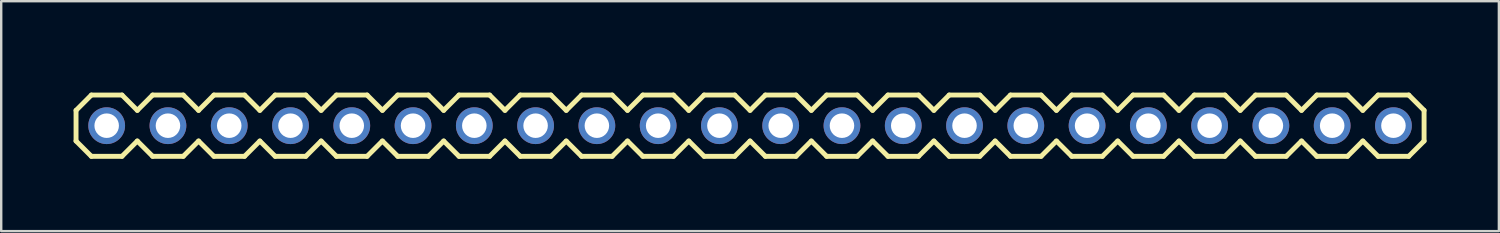
<source format=kicad_pcb>
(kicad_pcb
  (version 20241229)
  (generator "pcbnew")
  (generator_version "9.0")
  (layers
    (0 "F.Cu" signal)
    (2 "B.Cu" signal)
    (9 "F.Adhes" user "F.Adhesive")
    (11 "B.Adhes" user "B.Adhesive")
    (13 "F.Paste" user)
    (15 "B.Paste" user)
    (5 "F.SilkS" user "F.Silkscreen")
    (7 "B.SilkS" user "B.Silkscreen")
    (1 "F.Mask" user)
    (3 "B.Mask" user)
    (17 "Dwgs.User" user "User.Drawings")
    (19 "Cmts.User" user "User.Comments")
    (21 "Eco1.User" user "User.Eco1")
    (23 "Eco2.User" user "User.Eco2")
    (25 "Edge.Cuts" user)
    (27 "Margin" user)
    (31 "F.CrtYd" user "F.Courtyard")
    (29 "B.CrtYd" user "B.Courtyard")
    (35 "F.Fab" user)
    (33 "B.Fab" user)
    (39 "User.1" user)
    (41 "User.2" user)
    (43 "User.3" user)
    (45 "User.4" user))
  (footprint "1X22"
    (layer "F.Cu")
    (at 1.372 2.16)
    (property "Reference" "1X22" (at 1.194 -1.194 0) (layer "Eco1.User") (effects (font (size 1.27 1.27) (thickness 0.127))))
    (attr through_hole)
    (fp_line (start -1.27 -0.635) (end -1.27 0.635) (stroke (width 0.203) (type solid)) (layer "F.SilkS"))
    (fp_line (start -1.27 0.635) (end -0.635 1.27) (stroke (width 0.203) (type solid)) (layer "F.SilkS"))
    (fp_line (start -0.635 -1.27) (end -1.27 -0.635) (stroke (width 0.203) (type solid)) (layer "F.SilkS"))
    (fp_line (start -0.635 -1.27) (end 0.635 -1.27) (stroke (width 0.203) (type solid)) (layer "F.SilkS"))
    (fp_line (start 0.635 -1.27) (end 1.27 -0.635) (stroke (width 0.203) (type solid)) (layer "F.SilkS"))
    (fp_line (start 0.635 1.27) (end -0.635 1.27) (stroke (width 0.203) (type solid)) (layer "F.SilkS"))
    (fp_line (start 1.27 -0.635) (end 1.905 -1.27) (stroke (width 0.203) (type solid)) (layer "F.SilkS"))
    (fp_line (start 1.27 0.635) (end 0.635 1.27) (stroke (width 0.203) (type solid)) (layer "F.SilkS"))
    (fp_line (start 1.905 -1.27) (end 3.175 -1.27) (stroke (width 0.203) (type solid)) (layer "F.SilkS"))
    (fp_line (start 1.905 1.27) (end 1.27 0.635) (stroke (width 0.203) (type solid)) (layer "F.SilkS"))
    (fp_line (start 3.175 -1.27) (end 3.81 -0.635) (stroke (width 0.203) (type solid)) (layer "F.SilkS"))
    (fp_line (start 3.175 1.27) (end 1.905 1.27) (stroke (width 0.203) (type solid)) (layer "F.SilkS"))
    (fp_line (start 3.81 -0.635) (end 4.445 -1.27) (stroke (width 0.203) (type solid)) (layer "F.SilkS"))
    (fp_line (start 3.81 0.635) (end 3.175 1.27) (stroke (width 0.203) (type solid)) (layer "F.SilkS"))
    (fp_line (start 4.445 -1.27) (end 5.715 -1.27) (stroke (width 0.203) (type solid)) (layer "F.SilkS"))
    (fp_line (start 4.445 1.27) (end 3.81 0.635) (stroke (width 0.203) (type solid)) (layer "F.SilkS"))
    (fp_line (start 5.715 -1.27) (end 6.35 -0.635) (stroke (width 0.203) (type solid)) (layer "F.SilkS"))
    (fp_line (start 5.715 1.27) (end 4.445 1.27) (stroke (width 0.203) (type solid)) (layer "F.SilkS"))
    (fp_line (start 6.35 0.635) (end 5.715 1.27) (stroke (width 0.203) (type solid)) (layer "F.SilkS"))
    (fp_line (start 6.35 0.635) (end 6.985 1.27) (stroke (width 0.203) (type solid)) (layer "F.SilkS"))
    (fp_line (start 6.985 -1.27) (end 6.35 -0.635) (stroke (width 0.203) (type solid)) (layer "F.SilkS"))
    (fp_line (start 6.985 -1.27) (end 8.255 -1.27) (stroke (width 0.203) (type solid)) (layer "F.SilkS"))
    (fp_line (start 8.255 -1.27) (end 8.89 -0.635) (stroke (width 0.203) (type solid)) (layer "F.SilkS"))
    (fp_line (start 8.255 1.27) (end 6.985 1.27) (stroke (width 0.203) (type solid)) (layer "F.SilkS"))
    (fp_line (start 8.89 -0.635) (end 9.525 -1.27) (stroke (width 0.203) (type solid)) (layer "F.SilkS"))
    (fp_line (start 8.89 0.635) (end 8.255 1.27) (stroke (width 0.203) (type solid)) (layer "F.SilkS"))
    (fp_line (start 9.525 -1.27) (end 10.795 -1.27) (stroke (width 0.203) (type solid)) (layer "F.SilkS"))
    (fp_line (start 9.525 1.27) (end 8.89 0.635) (stroke (width 0.203) (type solid)) (layer "F.SilkS"))
    (fp_line (start 10.795 -1.27) (end 11.43 -0.635) (stroke (width 0.203) (type solid)) (layer "F.SilkS"))
    (fp_line (start 10.795 1.27) (end 9.525 1.27) (stroke (width 0.203) (type solid)) (layer "F.SilkS"))
    (fp_line (start 11.43 -0.635) (end 12.065 -1.27) (stroke (width 0.203) (type solid)) (layer "F.SilkS"))
    (fp_line (start 11.43 0.635) (end 10.795 1.27) (stroke (width 0.203) (type solid)) (layer "F.SilkS"))
    (fp_line (start 12.065 -1.27) (end 13.335 -1.27) (stroke (width 0.203) (type solid)) (layer "F.SilkS"))
    (fp_line (start 12.065 1.27) (end 11.43 0.635) (stroke (width 0.203) (type solid)) (layer "F.SilkS"))
    (fp_line (start 13.335 -1.27) (end 13.97 -0.635) (stroke (width 0.203) (type solid)) (layer "F.SilkS"))
    (fp_line (start 13.335 1.27) (end 12.065 1.27) (stroke (width 0.203) (type solid)) (layer "F.SilkS"))
    (fp_line (start 13.97 0.635) (end 13.335 1.27) (stroke (width 0.203) (type solid)) (layer "F.SilkS"))
    (fp_line (start 13.97 0.635) (end 14.605 1.27) (stroke (width 0.203) (type solid)) (layer "F.SilkS"))
    (fp_line (start 14.605 -1.27) (end 13.97 -0.635) (stroke (width 0.203) (type solid)) (layer "F.SilkS"))
    (fp_line (start 14.605 -1.27) (end 15.875 -1.27) (stroke (width 0.203) (type solid)) (layer "F.SilkS"))
    (fp_line (start 15.875 -1.27) (end 16.51 -0.635) (stroke (width 0.203) (type solid)) (layer "F.SilkS"))
    (fp_line (start 15.875 1.27) (end 14.605 1.27) (stroke (width 0.203) (type solid)) (layer "F.SilkS"))
    (fp_line (start 16.51 0.635) (end 15.875 1.27) (stroke (width 0.203) (type solid)) (layer "F.SilkS"))
    (fp_line (start 16.51 0.635) (end 17.145 1.27) (stroke (width 0.203) (type solid)) (layer "F.SilkS"))
    (fp_line (start 17.145 -1.27) (end 16.51 -0.635) (stroke (width 0.203) (type solid)) (layer "F.SilkS"))
    (fp_line (start 17.145 -1.27) (end 18.415 -1.27) (stroke (width 0.203) (type solid)) (layer "F.SilkS"))
    (fp_line (start 18.415 -1.27) (end 19.05 -0.635) (stroke (width 0.203) (type solid)) (layer "F.SilkS"))
    (fp_line (start 18.415 1.27) (end 17.145 1.27) (stroke (width 0.203) (type solid)) (layer "F.SilkS"))
    (fp_line (start 19.05 -0.635) (end 19.685 -1.27) (stroke (width 0.203) (type solid)) (layer "F.SilkS"))
    (fp_line (start 19.05 0.635) (end 18.415 1.27) (stroke (width 0.203) (type solid)) (layer "F.SilkS"))
    (fp_line (start 19.685 -1.27) (end 20.955 -1.27) (stroke (width 0.203) (type solid)) (layer "F.SilkS"))
    (fp_line (start 19.685 1.27) (end 19.05 0.635) (stroke (width 0.203) (type solid)) (layer "F.SilkS"))
    (fp_line (start 20.955 -1.27) (end 21.59 -0.635) (stroke (width 0.203) (type solid)) (layer "F.SilkS"))
    (fp_line (start 20.955 1.27) (end 19.685 1.27) (stroke (width 0.203) (type solid)) (layer "F.SilkS"))
    (fp_line (start 21.59 -0.635) (end 22.225 -1.27) (stroke (width 0.203) (type solid)) (layer "F.SilkS"))
    (fp_line (start 21.59 0.635) (end 20.955 1.27) (stroke (width 0.203) (type solid)) (layer "F.SilkS"))
    (fp_line (start 22.225 -1.27) (end 23.495 -1.27) (stroke (width 0.203) (type solid)) (layer "F.SilkS"))
    (fp_line (start 22.225 1.27) (end 21.59 0.635) (stroke (width 0.203) (type solid)) (layer "F.SilkS"))
    (fp_line (start 23.495 -1.27) (end 24.13 -0.635) (stroke (width 0.203) (type solid)) (layer "F.SilkS"))
    (fp_line (start 23.495 1.27) (end 22.225 1.27) (stroke (width 0.203) (type solid)) (layer "F.SilkS"))
    (fp_line (start 24.13 0.635) (end 23.495 1.27) (stroke (width 0.203) (type solid)) (layer "F.SilkS"))
    (fp_line (start 24.13 0.635) (end 24.765 1.27) (stroke (width 0.203) (type solid)) (layer "F.SilkS"))
    (fp_line (start 24.765 -1.27) (end 24.13 -0.635) (stroke (width 0.203) (type solid)) (layer "F.SilkS"))
    (fp_line (start 24.765 -1.27) (end 26.035 -1.27) (stroke (width 0.203) (type solid)) (layer "F.SilkS"))
    (fp_line (start 26.035 -1.27) (end 26.67 -0.635) (stroke (width 0.203) (type solid)) (layer "F.SilkS"))
    (fp_line (start 26.035 1.27) (end 24.765 1.27) (stroke (width 0.203) (type solid)) (layer "F.SilkS"))
    (fp_line (start 26.67 -0.635) (end 27.305 -1.27) (stroke (width 0.203) (type solid)) (layer "F.SilkS"))
    (fp_line (start 26.67 0.635) (end 26.035 1.27) (stroke (width 0.203) (type solid)) (layer "F.SilkS"))
    (fp_line (start 27.305 -1.27) (end 28.575 -1.27) (stroke (width 0.203) (type solid)) (layer "F.SilkS"))
    (fp_line (start 27.305 1.27) (end 26.67 0.635) (stroke (width 0.203) (type solid)) (layer "F.SilkS"))
    (fp_line (start 28.575 -1.27) (end 29.21 -0.635) (stroke (width 0.203) (type solid)) (layer "F.SilkS"))
    (fp_line (start 28.575 1.27) (end 27.305 1.27) (stroke (width 0.203) (type solid)) (layer "F.SilkS"))
    (fp_line (start 29.21 -0.635) (end 29.845 -1.27) (stroke (width 0.203) (type solid)) (layer "F.SilkS"))
    (fp_line (start 29.21 0.635) (end 28.575 1.27) (stroke (width 0.203) (type solid)) (layer "F.SilkS"))
    (fp_line (start 29.845 -1.27) (end 31.115 -1.27) (stroke (width 0.203) (type solid)) (layer "F.SilkS"))
    (fp_line (start 29.845 1.27) (end 29.21 0.635) (stroke (width 0.203) (type solid)) (layer "F.SilkS"))
    (fp_line (start 31.115 -1.27) (end 31.75 -0.635) (stroke (width 0.203) (type solid)) (layer "F.SilkS"))
    (fp_line (start 31.115 1.27) (end 29.845 1.27) (stroke (width 0.203) (type solid)) (layer "F.SilkS"))
    (fp_line (start 31.75 0.635) (end 31.115 1.27) (stroke (width 0.203) (type solid)) (layer "F.SilkS"))
    (fp_line (start 31.75 0.635) (end 32.385 1.27) (stroke (width 0.203) (type solid)) (layer "F.SilkS"))
    (fp_line (start 32.385 -1.27) (end 31.75 -0.635) (stroke (width 0.203) (type solid)) (layer "F.SilkS"))
    (fp_line (start 32.385 -1.27) (end 33.655 -1.27) (stroke (width 0.203) (type solid)) (layer "F.SilkS"))
    (fp_line (start 33.655 -1.27) (end 34.29 -0.635) (stroke (width 0.203) (type solid)) (layer "F.SilkS"))
    (fp_line (start 33.655 1.27) (end 32.385 1.27) (stroke (width 0.203) (type solid)) (layer "F.SilkS"))
    (fp_line (start 34.29 0.635) (end 33.655 1.27) (stroke (width 0.203) (type solid)) (layer "F.SilkS"))
    (fp_line (start 34.29 0.635) (end 34.925 1.27) (stroke (width 0.203) (type solid)) (layer "F.SilkS"))
    (fp_line (start 34.925 -1.27) (end 34.29 -0.635) (stroke (width 0.203) (type solid)) (layer "F.SilkS"))
    (fp_line (start 34.925 -1.27) (end 36.195 -1.27) (stroke (width 0.203) (type solid)) (layer "F.SilkS"))
    (fp_line (start 36.195 -1.27) (end 36.83 -0.635) (stroke (width 0.203) (type solid)) (layer "F.SilkS"))
    (fp_line (start 36.195 1.27) (end 34.925 1.27) (stroke (width 0.203) (type solid)) (layer "F.SilkS"))
    (fp_line (start 36.83 0.635) (end 36.195 1.27) (stroke (width 0.203) (type solid)) (layer "F.SilkS"))
    (fp_line (start 36.83 0.635) (end 37.465 1.27) (stroke (width 0.203) (type solid)) (layer "F.SilkS"))
    (fp_line (start 37.465 -1.27) (end 36.83 -0.635) (stroke (width 0.203) (type solid)) (layer "F.SilkS"))
    (fp_line (start 37.465 -1.27) (end 38.735 -1.27) (stroke (width 0.203) (type solid)) (layer "F.SilkS"))
    (fp_line (start 38.735 -1.27) (end 39.37 -0.635) (stroke (width 0.203) (type solid)) (layer "F.SilkS"))
    (fp_line (start 38.735 1.27) (end 37.465 1.27) (stroke (width 0.203) (type solid)) (layer "F.SilkS"))
    (fp_line (start 39.37 0.635) (end 38.735 1.27) (stroke (width 0.203) (type solid)) (layer "F.SilkS"))
    (fp_line (start 39.37 0.635) (end 40.005 1.27) (stroke (width 0.203) (type solid)) (layer "F.SilkS"))
    (fp_line (start 40.005 -1.27) (end 39.37 -0.635) (stroke (width 0.203) (type solid)) (layer "F.SilkS"))
    (fp_line (start 40.005 -1.27) (end 41.275 -1.27) (stroke (width 0.203) (type solid)) (layer "F.SilkS"))
    (fp_line (start 41.275 -1.27) (end 41.91 -0.635) (stroke (width 0.203) (type solid)) (layer "F.SilkS"))
    (fp_line (start 41.275 1.27) (end 40.005 1.27) (stroke (width 0.203) (type solid)) (layer "F.SilkS"))
    (fp_line (start 41.91 0.635) (end 41.275 1.27) (stroke (width 0.203) (type solid)) (layer "F.SilkS"))
    (fp_line (start 41.91 0.635) (end 42.545 1.27) (stroke (width 0.203) (type solid)) (layer "F.SilkS"))
    (fp_line (start 42.545 -1.27) (end 41.91 -0.635) (stroke (width 0.203) (type solid)) (layer "F.SilkS"))
    (fp_line (start 42.545 -1.27) (end 43.815 -1.27) (stroke (width 0.203) (type solid)) (layer "F.SilkS"))
    (fp_line (start 43.815 -1.27) (end 44.45 -0.635) (stroke (width 0.203) (type solid)) (layer "F.SilkS"))
    (fp_line (start 43.815 1.27) (end 42.545 1.27) (stroke (width 0.203) (type solid)) (layer "F.SilkS"))
    (fp_line (start 44.45 0.635) (end 43.815 1.27) (stroke (width 0.203) (type solid)) (layer "F.SilkS"))
    (fp_line (start 44.45 0.635) (end 45.085 1.27) (stroke (width 0.203) (type solid)) (layer "F.SilkS"))
    (fp_line (start 45.085 -1.27) (end 44.45 -0.635) (stroke (width 0.203) (type solid)) (layer "F.SilkS"))
    (fp_line (start 45.085 -1.27) (end 46.355 -1.27) (stroke (width 0.203) (type solid)) (layer "F.SilkS"))
    (fp_line (start 46.355 -1.27) (end 46.99 -0.635) (stroke (width 0.203) (type solid)) (layer "F.SilkS"))
    (fp_line (start 46.355 1.27) (end 45.085 1.27) (stroke (width 0.203) (type solid)) (layer "F.SilkS"))
    (fp_line (start 46.99 0.635) (end 46.355 1.27) (stroke (width 0.203) (type solid)) (layer "F.SilkS"))
    (fp_line (start 46.99 0.635) (end 47.625 1.27) (stroke (width 0.203) (type solid)) (layer "F.SilkS"))
    (fp_line (start 47.625 -1.27) (end 46.99 -0.635) (stroke (width 0.203) (type solid)) (layer "F.SilkS"))
    (fp_line (start 47.625 -1.27) (end 48.895 -1.27) (stroke (width 0.203) (type solid)) (layer "F.SilkS"))
    (fp_line (start 48.895 -1.27) (end 49.53 -0.635) (stroke (width 0.203) (type solid)) (layer "F.SilkS"))
    (fp_line (start 48.895 1.27) (end 47.625 1.27) (stroke (width 0.203) (type solid)) (layer "F.SilkS"))
    (fp_line (start 49.53 0.635) (end 48.895 1.27) (stroke (width 0.203) (type solid)) (layer "F.SilkS"))
    (fp_line (start 49.53 0.635) (end 50.165 1.27) (stroke (width 0.203) (type solid)) (layer "F.SilkS"))
    (fp_line (start 50.165 -1.27) (end 49.53 -0.635) (stroke (width 0.203) (type solid)) (layer "F.SilkS"))
    (fp_line (start 50.165 -1.27) (end 51.435 -1.27) (stroke (width 0.203) (type solid)) (layer "F.SilkS"))
    (fp_line (start 51.435 -1.27) (end 52.07 -0.635) (stroke (width 0.203) (type solid)) (layer "F.SilkS"))
    (fp_line (start 51.435 1.27) (end 50.165 1.27) (stroke (width 0.203) (type solid)) (layer "F.SilkS"))
    (fp_line (start 52.07 0.635) (end 51.435 1.27) (stroke (width 0.203) (type solid)) (layer "F.SilkS"))
    (fp_line (start 52.07 0.635) (end 52.705 1.27) (stroke (width 0.203) (type solid)) (layer "F.SilkS"))
    (fp_line (start 52.705 -1.27) (end 52.07 -0.635) (stroke (width 0.203) (type solid)) (layer "F.SilkS"))
    (fp_line (start 52.705 -1.27) (end 53.975 -1.27) (stroke (width 0.203) (type solid)) (layer "F.SilkS"))
    (fp_line (start 53.975 -1.27) (end 54.61 -0.635) (stroke (width 0.203) (type solid)) (layer "F.SilkS"))
    (fp_line (start 53.975 1.27) (end 52.705 1.27) (stroke (width 0.203) (type solid)) (layer "F.SilkS"))
    (fp_line (start 54.61 -0.635) (end 54.61 0.635) (stroke (width 0.203) (type solid)) (layer "F.SilkS"))
    (fp_line (start 54.61 0.635) (end 53.975 1.27) (stroke (width 0.203) (type solid)) (layer "F.SilkS"))
    (pad "1" thru_hole oval (at 0 0 90) (size 1.524 1.524) (drill 1.016) (layers "*.Cu" "*.Mask"))
    (pad "2" thru_hole oval (at 2.54 0 90) (size 1.524 1.524) (drill 1.016) (layers "*.Cu" "*.Mask"))
    (pad "3" thru_hole oval (at 5.08 0 90) (size 1.524 1.524) (drill 1.016) (layers "*.Cu" "*.Mask"))
    (pad "4" thru_hole oval (at 7.62 0 90) (size 1.524 1.524) (drill 1.016) (layers "*.Cu" "*.Mask"))
    (pad "5" thru_hole oval (at 10.16 0 90) (size 1.524 1.524) (drill 1.016) (layers "*.Cu" "*.Mask"))
    (pad "6" thru_hole oval (at 12.7 0 90) (size 1.524 1.524) (drill 1.016) (layers "*.Cu" "*.Mask"))
    (pad "7" thru_hole oval (at 15.24 0 90) (size 1.524 1.524) (drill 1.016) (layers "*.Cu" "*.Mask"))
    (pad "8" thru_hole oval (at 17.78 0 90) (size 1.524 1.524) (drill 1.016) (layers "*.Cu" "*.Mask"))
    (pad "9" thru_hole oval (at 20.32 0 90) (size 1.524 1.524) (drill 1.016) (layers "*.Cu" "*.Mask"))
    (pad "10" thru_hole oval (at 22.86 0 90) (size 1.524 1.524) (drill 1.016) (layers "*.Cu" "*.Mask"))
    (pad "11" thru_hole oval (at 25.4 0 90) (size 1.524 1.524) (drill 1.016) (layers "*.Cu" "*.Mask"))
    (pad "12" thru_hole oval (at 27.94 0 90) (size 1.524 1.524) (drill 1.016) (layers "*.Cu" "*.Mask"))
    (pad "13" thru_hole oval (at 30.48 0 90) (size 1.524 1.524) (drill 1.016) (layers "*.Cu" "*.Mask"))
    (pad "14" thru_hole oval (at 33.02 0 90) (size 1.524 1.524) (drill 1.016) (layers "*.Cu" "*.Mask"))
    (pad "15" thru_hole oval (at 35.56 0 90) (size 1.524 1.524) (drill 1.016) (layers "*.Cu" "*.Mask"))
    (pad "16" thru_hole oval (at 38.1 0 90) (size 1.524 1.524) (drill 1.016) (layers "*.Cu" "*.Mask"))
    (pad "17" thru_hole oval (at 40.64 0 90) (size 1.524 1.524) (drill 1.016) (layers "*.Cu" "*.Mask"))
    (pad "18" thru_hole oval (at 43.18 0 90) (size 1.524 1.524) (drill 1.016) (layers "*.Cu" "*.Mask"))
    (pad "19" thru_hole oval (at 45.72 0 90) (size 1.524 1.524) (drill 1.016) (layers "*.Cu" "*.Mask"))
    (pad "20" thru_hole oval (at 48.26 0 90) (size 1.524 1.524) (drill 1.016) (layers "*.Cu" "*.Mask"))
    (pad "21" thru_hole oval (at 50.8 0 90) (size 1.524 1.524) (drill 1.016) (layers "*.Cu" "*.Mask"))
    (pad "22" thru_hole oval (at 53.34 0 90) (size 1.524 1.524) (drill 1.016) (layers "*.Cu" "*.Mask")))
  (gr_rect
    (start -3 -3)
    (end 59.083 6.531)
    (stroke (width 0.1) (type default))
    (fill no)
    (layer "Edge.Cuts")))
</source>
